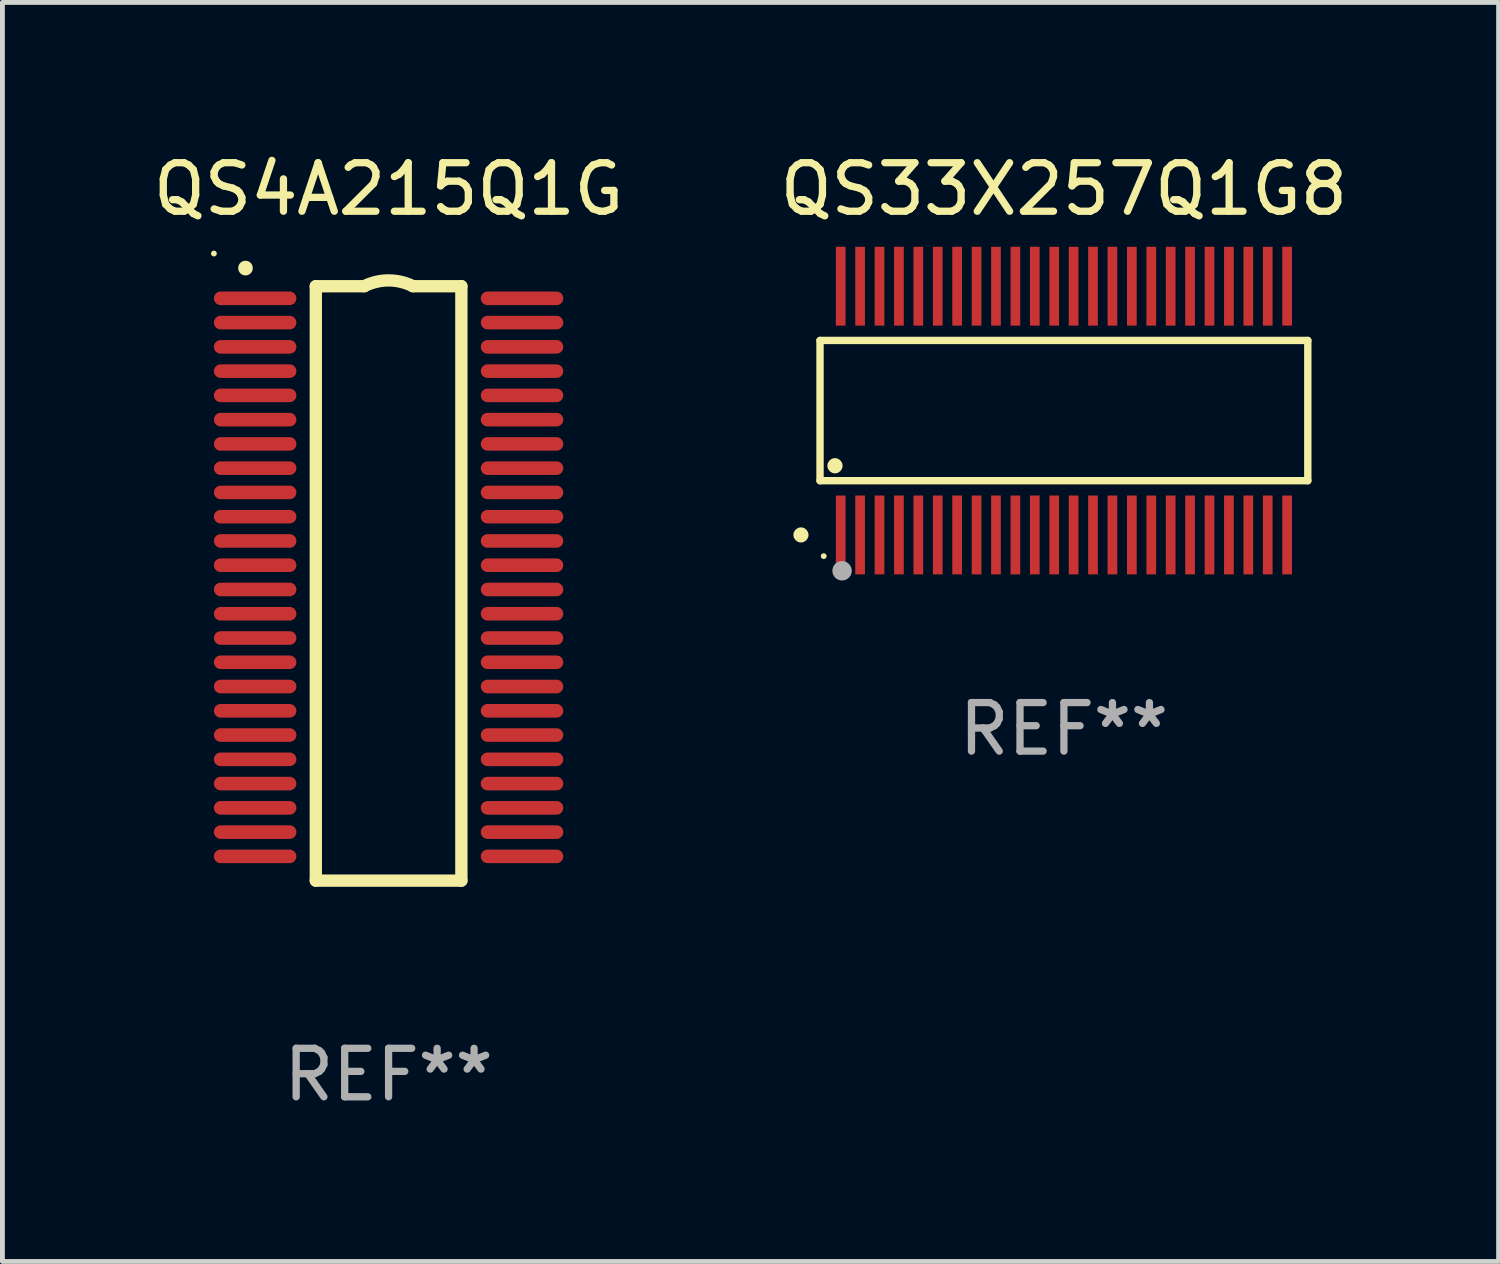
<source format=kicad_pcb>
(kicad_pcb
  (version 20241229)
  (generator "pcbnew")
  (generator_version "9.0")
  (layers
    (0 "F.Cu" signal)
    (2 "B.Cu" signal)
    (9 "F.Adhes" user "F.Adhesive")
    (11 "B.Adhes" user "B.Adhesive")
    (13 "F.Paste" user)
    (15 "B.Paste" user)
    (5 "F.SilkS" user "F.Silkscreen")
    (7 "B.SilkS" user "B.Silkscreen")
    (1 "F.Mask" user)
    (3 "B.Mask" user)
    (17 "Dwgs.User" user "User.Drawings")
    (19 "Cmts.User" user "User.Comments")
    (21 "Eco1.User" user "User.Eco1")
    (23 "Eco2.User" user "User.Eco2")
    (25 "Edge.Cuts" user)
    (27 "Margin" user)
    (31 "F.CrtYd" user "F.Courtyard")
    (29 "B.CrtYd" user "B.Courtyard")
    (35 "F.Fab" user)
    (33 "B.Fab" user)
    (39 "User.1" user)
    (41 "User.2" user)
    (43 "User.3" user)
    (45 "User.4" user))
  (footprint "QS4A215Q1G"
    (layer "F.Cu")
    (at 4.958 8.973)
    (property "Reference" "QS4A215Q1G" (at 0 -8.125 0) (layer "F.SilkS") (effects (font (size 1 1) (thickness 0.15))))
    (attr through_hole)
    (fp_line (start -1.5 -6.125) (end -0.5 -6.125) (stroke (width 0.254) (type solid)) (layer "F.SilkS"))
    (fp_line (start -1.5 6.125) (end -1.5 -6.125) (stroke (width 0.254) (type solid)) (layer "F.SilkS"))
    (fp_line (start 0.5 -6.125) (end 1.5 -6.125) (stroke (width 0.254) (type solid)) (layer "F.SilkS"))
    (fp_line (start 1.5 -6.125) (end 1.5 6.125) (stroke (width 0.254) (type solid)) (layer "F.SilkS"))
    (fp_line (start 1.5 6.125) (end -1.5 6.125) (stroke (width 0.254) (type solid)) (layer "F.SilkS"))
    (fp_arc (start -2.948946 -6.497079) (mid -2.948951 -6.498349) (end -2.948946 -6.499619) (stroke (width 0.3) (type solid)) (layer "F.SilkS"))
    (fp_arc (start -0.500381 -6.126238) (mid 0 -6.244402) (end 0.500381 -6.126238) (stroke (width 0.254001) (type solid)) (layer "F.SilkS"))
    (fp_circle (center -3.6 -6.798) (end -3.57 -6.798) (stroke (width 0.06) (type solid)) (fill no) (layer "F.SilkS"))
    (fp_text user "REF**" (at 0 10.125 0) (layer "F.Fab") (effects (font (size 1 1) (thickness 0.15))))
    (pad "1" smd oval (at -2.75 -5.875 180) (size 1.7 0.28) (layers "F.Cu" "F.Mask" "F.Paste"))
    (pad "2" smd oval (at -2.75 -5.375 180) (size 1.7 0.28) (layers "F.Cu" "F.Mask" "F.Paste"))
    (pad "3" smd oval (at -2.75 -4.875 180) (size 1.7 0.28) (layers "F.Cu" "F.Mask" "F.Paste"))
    (pad "4" smd oval (at -2.75 -4.375 180) (size 1.7 0.28) (layers "F.Cu" "F.Mask" "F.Paste"))
    (pad "5" smd oval (at -2.75 -3.875 180) (size 1.7 0.28) (layers "F.Cu" "F.Mask" "F.Paste"))
    (pad "6" smd oval (at -2.75 -3.375 180) (size 1.7 0.28) (layers "F.Cu" "F.Mask" "F.Paste"))
    (pad "7" smd oval (at -2.75 -2.875 180) (size 1.7 0.28) (layers "F.Cu" "F.Mask" "F.Paste"))
    (pad "8" smd oval (at -2.75 -2.375 180) (size 1.7 0.28) (layers "F.Cu" "F.Mask" "F.Paste"))
    (pad "9" smd oval (at -2.75 -1.875 180) (size 1.7 0.28) (layers "F.Cu" "F.Mask" "F.Paste"))
    (pad "10" smd oval (at -2.75 -1.375 180) (size 1.7 0.28) (layers "F.Cu" "F.Mask" "F.Paste"))
    (pad "11" smd oval (at -2.75 -0.875 180) (size 1.7 0.28) (layers "F.Cu" "F.Mask" "F.Paste"))
    (pad "12" smd oval (at -2.75 -0.375 180) (size 1.7 0.28) (layers "F.Cu" "F.Mask" "F.Paste"))
    (pad "13" smd oval (at -2.75 0.125 180) (size 1.7 0.28) (layers "F.Cu" "F.Mask" "F.Paste"))
    (pad "14" smd oval (at -2.75 0.625 180) (size 1.7 0.28) (layers "F.Cu" "F.Mask" "F.Paste"))
    (pad "15" smd oval (at -2.75 1.125 180) (size 1.7 0.28) (layers "F.Cu" "F.Mask" "F.Paste"))
    (pad "16" smd oval (at -2.75 1.625 180) (size 1.7 0.28) (layers "F.Cu" "F.Mask" "F.Paste"))
    (pad "17" smd oval (at -2.75 2.125 180) (size 1.7 0.28) (layers "F.Cu" "F.Mask" "F.Paste"))
    (pad "18" smd oval (at -2.75 2.625 180) (size 1.7 0.28) (layers "F.Cu" "F.Mask" "F.Paste"))
    (pad "19" smd oval (at -2.75 3.125 180) (size 1.7 0.28) (layers "F.Cu" "F.Mask" "F.Paste"))
    (pad "20" smd oval (at -2.75 3.625 180) (size 1.7 0.28) (layers "F.Cu" "F.Mask" "F.Paste"))
    (pad "21" smd oval (at -2.75 4.125) (size 1.7 0.28) (layers "F.Cu" "F.Mask" "F.Paste"))
    (pad "22" smd oval (at -2.75 4.625) (size 1.7 0.28) (layers "F.Cu" "F.Mask" "F.Paste"))
    (pad "23" smd oval (at -2.75 5.125) (size 1.7 0.28) (layers "F.Cu" "F.Mask" "F.Paste"))
    (pad "24" smd oval (at -2.75 5.625) (size 1.7 0.28) (layers "F.Cu" "F.Mask" "F.Paste"))
    (pad "25" smd oval (at 2.75 5.625) (size 1.7 0.28) (layers "F.Cu" "F.Mask" "F.Paste"))
    (pad "26" smd oval (at 2.75 5.125) (size 1.7 0.28) (layers "F.Cu" "F.Mask" "F.Paste"))
    (pad "27" smd oval (at 2.75 4.625) (size 1.7 0.28) (layers "F.Cu" "F.Mask" "F.Paste"))
    (pad "28" smd oval (at 2.75 4.125) (size 1.7 0.28) (layers "F.Cu" "F.Mask" "F.Paste"))
    (pad "29" smd oval (at 2.75 3.625) (size 1.7 0.28) (layers "F.Cu" "F.Mask" "F.Paste"))
    (pad "30" smd oval (at 2.75 3.125) (size 1.7 0.28) (layers "F.Cu" "F.Mask" "F.Paste"))
    (pad "31" smd oval (at 2.75 2.625) (size 1.7 0.28) (layers "F.Cu" "F.Mask" "F.Paste"))
    (pad "32" smd oval (at 2.75 2.125) (size 1.7 0.28) (layers "F.Cu" "F.Mask" "F.Paste"))
    (pad "33" smd oval (at 2.75 1.625) (size 1.7 0.28) (layers "F.Cu" "F.Mask" "F.Paste"))
    (pad "34" smd oval (at 2.75 1.125) (size 1.7 0.28) (layers "F.Cu" "F.Mask" "F.Paste"))
    (pad "35" smd oval (at 2.75 0.625) (size 1.7 0.28) (layers "F.Cu" "F.Mask" "F.Paste"))
    (pad "36" smd oval (at 2.75 0.125) (size 1.7 0.28) (layers "F.Cu" "F.Mask" "F.Paste"))
    (pad "37" smd oval (at 2.75 -0.375) (size 1.7 0.28) (layers "F.Cu" "F.Mask" "F.Paste"))
    (pad "38" smd oval (at 2.75 -0.875) (size 1.7 0.28) (layers "F.Cu" "F.Mask" "F.Paste"))
    (pad "39" smd oval (at 2.75 -1.375) (size 1.7 0.28) (layers "F.Cu" "F.Mask" "F.Paste"))
    (pad "40" smd oval (at 2.75 -1.875) (size 1.7 0.28) (layers "F.Cu" "F.Mask" "F.Paste"))
    (pad "41" smd oval (at 2.75 -2.375) (size 1.7 0.28) (layers "F.Cu" "F.Mask" "F.Paste"))
    (pad "42" smd oval (at 2.75 -2.875) (size 1.7 0.28) (layers "F.Cu" "F.Mask" "F.Paste"))
    (pad "43" smd oval (at 2.75 -3.375) (size 1.7 0.28) (layers "F.Cu" "F.Mask" "F.Paste"))
    (pad "44" smd oval (at 2.75 -3.875) (size 1.7 0.28) (layers "F.Cu" "F.Mask" "F.Paste"))
    (pad "45" smd oval (at 2.75 -4.375) (size 1.7 0.28) (layers "F.Cu" "F.Mask" "F.Paste"))
    (pad "46" smd oval (at 2.75 -4.875) (size 1.7 0.28) (layers "F.Cu" "F.Mask" "F.Paste"))
    (pad "47" smd oval (at 2.75 -5.375) (size 1.7 0.28) (layers "F.Cu" "F.Mask" "F.Paste"))
    (pad "48" smd oval (at 2.75 -5.875) (size 1.7 0.28) (layers "F.Cu" "F.Mask" "F.Paste")))
  (footprint "QS33X257Q1G8"
    (layer "F.Cu")
    (at 18.875 5.411)
    (property "Reference" "QS33X257Q1G8" (at 0 -4.563 0) (layer "F.SilkS") (effects (font (size 1 1) (thickness 0.15))))
    (attr through_hole)
    (fp_line (start -5.026 -1.445) (end 5.026 -1.445) (stroke (width 0.152) (type solid)) (layer "F.SilkS"))
    (fp_line (start -5.026 1.445) (end -5.026 -1.445) (stroke (width 0.152) (type solid)) (layer "F.SilkS"))
    (fp_line (start 5.026 -1.445) (end 5.026 1.445) (stroke (width 0.152) (type solid)) (layer "F.SilkS"))
    (fp_line (start 5.026 1.445) (end -5.026 1.445) (stroke (width 0.152) (type solid)) (layer "F.SilkS"))
    (fp_circle (center -5.419 2.563) (end -5.341 2.563) (stroke (width 0.156) (type solid)) (fill no) (layer "F.SilkS"))
    (fp_circle (center -4.95 3) (end -4.92 3) (stroke (width 0.06) (type solid)) (fill no) (layer "F.SilkS"))
    (fp_circle (center -4.718 1.137) (end -4.639 1.137) (stroke (width 0.156) (type solid)) (fill no) (layer "F.SilkS"))
    (fp_circle (center -4.572 3.302) (end -4.472 3.302) (stroke (width 0.2) (type solid)) (fill no) (layer "F.Fab"))
    (fp_text user "REF**" (at 0 6.563 0) (layer "F.Fab") (effects (font (size 1 1) (thickness 0.15))))
    (pad "1" smd rect (at -4.6 2.563) (size 0.2 1.625) (layers "F.Cu" "F.Mask" "F.Paste"))
    (pad "2" smd rect (at -4.2 2.563) (size 0.2 1.625) (layers "F.Cu" "F.Mask" "F.Paste"))
    (pad "3" smd rect (at -3.8 2.563) (size 0.2 1.625) (layers "F.Cu" "F.Mask" "F.Paste"))
    (pad "4" smd rect (at -3.4 2.563) (size 0.2 1.625) (layers "F.Cu" "F.Mask" "F.Paste"))
    (pad "5" smd rect (at -3 2.563) (size 0.2 1.625) (layers "F.Cu" "F.Mask" "F.Paste"))
    (pad "6" smd rect (at -2.6 2.563) (size 0.2 1.625) (layers "F.Cu" "F.Mask" "F.Paste"))
    (pad "7" smd rect (at -2.2 2.563) (size 0.2 1.625) (layers "F.Cu" "F.Mask" "F.Paste"))
    (pad "8" smd rect (at -1.8 2.563) (size 0.2 1.625) (layers "F.Cu" "F.Mask" "F.Paste"))
    (pad "9" smd rect (at -1.4 2.563) (size 0.2 1.625) (layers "F.Cu" "F.Mask" "F.Paste"))
    (pad "10" smd rect (at -1 2.563) (size 0.2 1.625) (layers "F.Cu" "F.Mask" "F.Paste"))
    (pad "11" smd rect (at -0.6 2.563) (size 0.2 1.625) (layers "F.Cu" "F.Mask" "F.Paste"))
    (pad "12" smd rect (at -0.2 2.563) (size 0.2 1.625) (layers "F.Cu" "F.Mask" "F.Paste"))
    (pad "13" smd rect (at 0.2 2.563) (size 0.2 1.625) (layers "F.Cu" "F.Mask" "F.Paste"))
    (pad "14" smd rect (at 0.6 2.563) (size 0.2 1.625) (layers "F.Cu" "F.Mask" "F.Paste"))
    (pad "15" smd rect (at 1 2.563) (size 0.2 1.625) (layers "F.Cu" "F.Mask" "F.Paste"))
    (pad "16" smd rect (at 1.4 2.563) (size 0.2 1.625) (layers "F.Cu" "F.Mask" "F.Paste"))
    (pad "17" smd rect (at 1.8 2.563) (size 0.2 1.625) (layers "F.Cu" "F.Mask" "F.Paste"))
    (pad "18" smd rect (at 2.2 2.563) (size 0.2 1.625) (layers "F.Cu" "F.Mask" "F.Paste"))
    (pad "19" smd rect (at 2.6 2.563) (size 0.2 1.625) (layers "F.Cu" "F.Mask" "F.Paste"))
    (pad "20" smd rect (at 3 2.563) (size 0.2 1.625) (layers "F.Cu" "F.Mask" "F.Paste"))
    (pad "21" smd rect (at 3.4 2.563) (size 0.2 1.625) (layers "F.Cu" "F.Mask" "F.Paste"))
    (pad "22" smd rect (at 3.8 2.563) (size 0.2 1.625) (layers "F.Cu" "F.Mask" "F.Paste"))
    (pad "23" smd rect (at 4.2 2.563) (size 0.2 1.625) (layers "F.Cu" "F.Mask" "F.Paste"))
    (pad "24" smd rect (at 4.6 2.563) (size 0.2 1.625) (layers "F.Cu" "F.Mask" "F.Paste"))
    (pad "25" smd rect (at 4.6 -2.563) (size 0.2 1.625) (layers "F.Cu" "F.Mask" "F.Paste"))
    (pad "26" smd rect (at 4.2 -2.563) (size 0.2 1.625) (layers "F.Cu" "F.Mask" "F.Paste"))
    (pad "27" smd rect (at 3.8 -2.563) (size 0.2 1.625) (layers "F.Cu" "F.Mask" "F.Paste"))
    (pad "28" smd rect (at 3.4 -2.563) (size 0.2 1.625) (layers "F.Cu" "F.Mask" "F.Paste"))
    (pad "29" smd rect (at 3 -2.563) (size 0.2 1.625) (layers "F.Cu" "F.Mask" "F.Paste"))
    (pad "30" smd rect (at 2.6 -2.563) (size 0.2 1.625) (layers "F.Cu" "F.Mask" "F.Paste"))
    (pad "31" smd rect (at 2.2 -2.563) (size 0.2 1.625) (layers "F.Cu" "F.Mask" "F.Paste"))
    (pad "32" smd rect (at 1.8 -2.563) (size 0.2 1.625) (layers "F.Cu" "F.Mask" "F.Paste"))
    (pad "33" smd rect (at 1.4 -2.563) (size 0.2 1.625) (layers "F.Cu" "F.Mask" "F.Paste"))
    (pad "34" smd rect (at 1 -2.563) (size 0.2 1.625) (layers "F.Cu" "F.Mask" "F.Paste"))
    (pad "35" smd rect (at 0.6 -2.563) (size 0.2 1.625) (layers "F.Cu" "F.Mask" "F.Paste"))
    (pad "36" smd rect (at 0.2 -2.563) (size 0.2 1.625) (layers "F.Cu" "F.Mask" "F.Paste"))
    (pad "37" smd rect (at -0.2 -2.563) (size 0.2 1.625) (layers "F.Cu" "F.Mask" "F.Paste"))
    (pad "38" smd rect (at -0.6 -2.563) (size 0.2 1.625) (layers "F.Cu" "F.Mask" "F.Paste"))
    (pad "39" smd rect (at -1 -2.563) (size 0.2 1.625) (layers "F.Cu" "F.Mask" "F.Paste"))
    (pad "40" smd rect (at -1.4 -2.563) (size 0.2 1.625) (layers "F.Cu" "F.Mask" "F.Paste"))
    (pad "41" smd rect (at -1.8 -2.563) (size 0.2 1.625) (layers "F.Cu" "F.Mask" "F.Paste"))
    (pad "42" smd rect (at -2.2 -2.563) (size 0.2 1.625) (layers "F.Cu" "F.Mask" "F.Paste"))
    (pad "43" smd rect (at -2.6 -2.563) (size 0.2 1.625) (layers "F.Cu" "F.Mask" "F.Paste"))
    (pad "44" smd rect (at -3 -2.563) (size 0.2 1.625) (layers "F.Cu" "F.Mask" "F.Paste"))
    (pad "45" smd rect (at -3.4 -2.563) (size 0.2 1.625) (layers "F.Cu" "F.Mask" "F.Paste"))
    (pad "46" smd rect (at -3.8 -2.563) (size 0.2 1.625) (layers "F.Cu" "F.Mask" "F.Paste"))
    (pad "47" smd rect (at -4.2 -2.563) (size 0.2 1.625) (layers "F.Cu" "F.Mask" "F.Paste"))
    (pad "48" smd rect (at -4.6 -2.563) (size 0.2 1.625) (layers "F.Cu" "F.Mask" "F.Paste")))
  (gr_rect
    (start -3 -3)
    (end 27.833 22.946)
    (stroke (width 0.1) (type default))
    (fill no)
    (layer "Edge.Cuts")))
</source>
